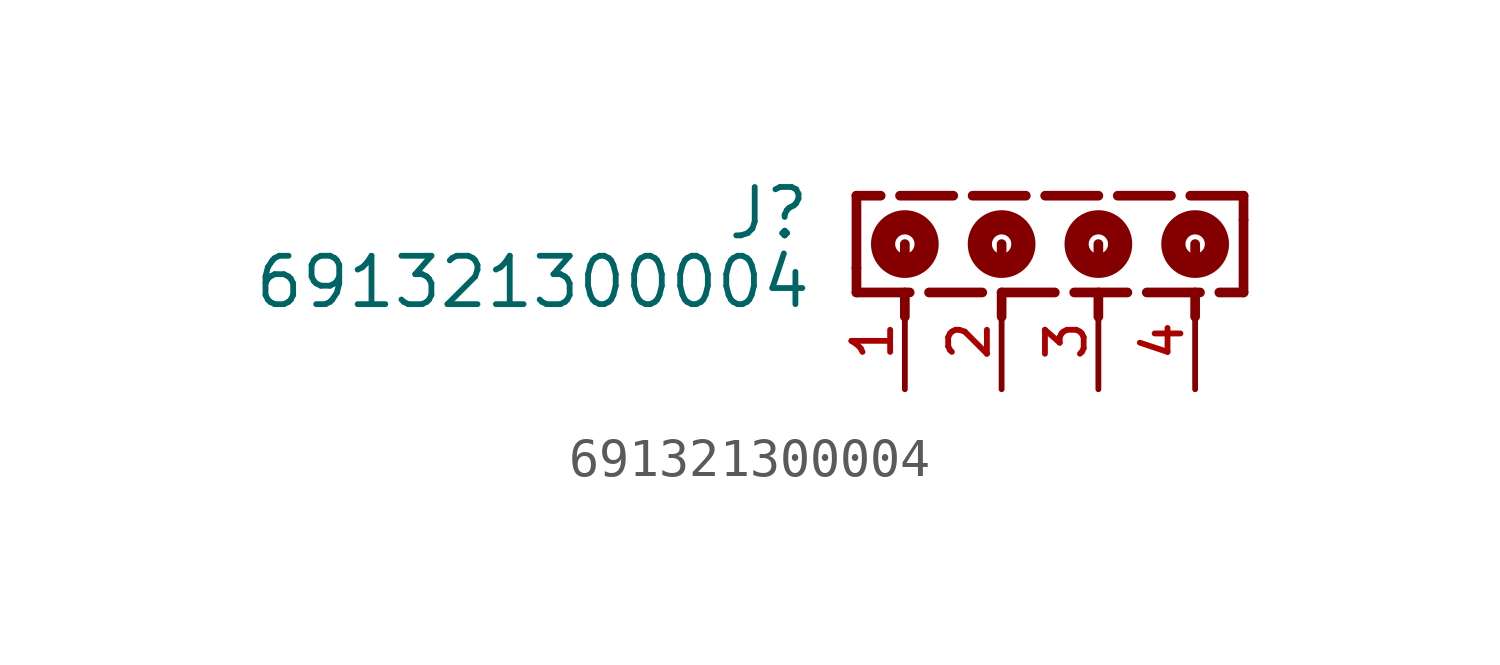
<source format=kicad_sym>
(kicad_symbol_lib
  (version 20211014)
  (generator kicad_symbol_editor)
  (symbol "691321300004"
    (pin_names
      (offset 1.016))
    (property "Reference" "J"
      (at -7.53 -1.205 0)
      (effects (font (size 1.27 1.27)) (justify bottom right)))
    (property "Value" "691321300004"
      (at -7.49 -3.01 0)
      (effects (font (size 1.27 1.27)) (justify bottom right)))
    (symbol "691321300004_0_0"
      (circle (center -5.08 -1.27) (radius 0.254) (stroke (width 0.635)) (fill (type none)))
      (circle (center -2.54 -1.27) (radius 0.254) (stroke (width 0.635)) (fill (type none)))
      (circle (center 0.0 -1.27) (radius 0.254) (stroke (width 0.635)) (fill (type none)))
      (circle (center 2.54 -1.27) (radius 0.254) (stroke (width 0.635)) (fill (type none)))
      (polyline (pts (xy -6.35 -2.54) (xy -4.953 -2.54)) (stroke (width 0.254)))
      (polyline (pts (xy -4.445 -2.54) (xy -3.048 -2.54)) (stroke (width 0.254)))
      (polyline (pts (xy -2.54 -2.54) (xy -1.143 -2.54)) (stroke (width 0.254)))
      (polyline (pts (xy -0.635 -2.54) (xy 0.762 -2.54)) (stroke (width 0.254)))
      (polyline (pts (xy 1.27 -2.54) (xy 2.667 -2.54)) (stroke (width 0.254)))
      (polyline (pts (xy 3.175 -2.54) (xy 3.81 -2.54)) (stroke (width 0.254)))
      (polyline (pts (xy 3.81 -2.54) (xy 3.81 -0.635)) (stroke (width 0.254)))
      (polyline (pts (xy 3.81 -0.635) (xy 3.81 0.0)) (stroke (width 0.254)))
      (polyline (pts (xy 3.81 0.0) (xy 2.413 0.0)) (stroke (width 0.254)))
      (polyline (pts (xy 1.905 0.0) (xy 0.508 0.0)) (stroke (width 0.254)))
      (polyline (pts (xy 0.0 0.0) (xy -1.397 0.0)) (stroke (width 0.254)))
      (polyline (pts (xy -1.905 0.0) (xy -3.302 0.0)) (stroke (width 0.254)))
      (polyline (pts (xy -3.81 0.0) (xy -5.207 0.0)) (stroke (width 0.254)))
      (polyline (pts (xy -5.715 0.0) (xy -6.35 0.0)) (stroke (width 0.254)))
      (polyline (pts (xy -6.35 0.0) (xy -6.35 -1.905)) (stroke (width 0.254)))
      (polyline (pts (xy -6.35 -1.905) (xy -6.35 -2.54)) (stroke (width 0.254)))
      (polyline (pts (xy -5.08 -1.27) (xy -5.08 -1.905)) (stroke (width 0.254)))
      (polyline (pts (xy -5.08 -3.175) (xy -5.08 -2.54)) (stroke (width 0.254)))
      (polyline (pts (xy -2.54 -1.27) (xy -2.54 -1.905)) (stroke (width 0.254)))
      (polyline (pts (xy -2.54 -3.175) (xy -2.54 -2.54)) (stroke (width 0.254)))
      (polyline (pts (xy 0.0 -1.27) (xy 0.0 -1.905)) (stroke (width 0.254)))
      (polyline (pts (xy 0.0 -3.175) (xy 0.0 -2.54)) (stroke (width 0.254)))
      (polyline (pts (xy 2.54 -1.27) (xy 2.54 -1.905)) (stroke (width 0.254)))
      (polyline (pts (xy 2.54 -3.175) (xy 2.54 -2.54)) (stroke (width 0.254)))
      (pin passive line (at -5.08 -5.08 90.0) (length 2.54) (name "~" (effects (font (size 1.016 1.016)))) (number "1" (effects (font (size 1.016 1.016)))))
      (pin passive line (at -2.54 -5.08 90.0) (length 2.54) (name "~" (effects (font (size 1.016 1.016)))) (number "2" (effects (font (size 1.016 1.016)))))
      (pin passive line (at 0.0 -5.08 90.0) (length 2.54) (name "~" (effects (font (size 1.016 1.016)))) (number "3" (effects (font (size 1.016 1.016)))))
      (pin passive line (at 2.54 -5.08 90.0) (length 2.54) (name "~" (effects (font (size 1.016 1.016)))) (number "4" (effects (font (size 1.016 1.016))))))))
</source>
